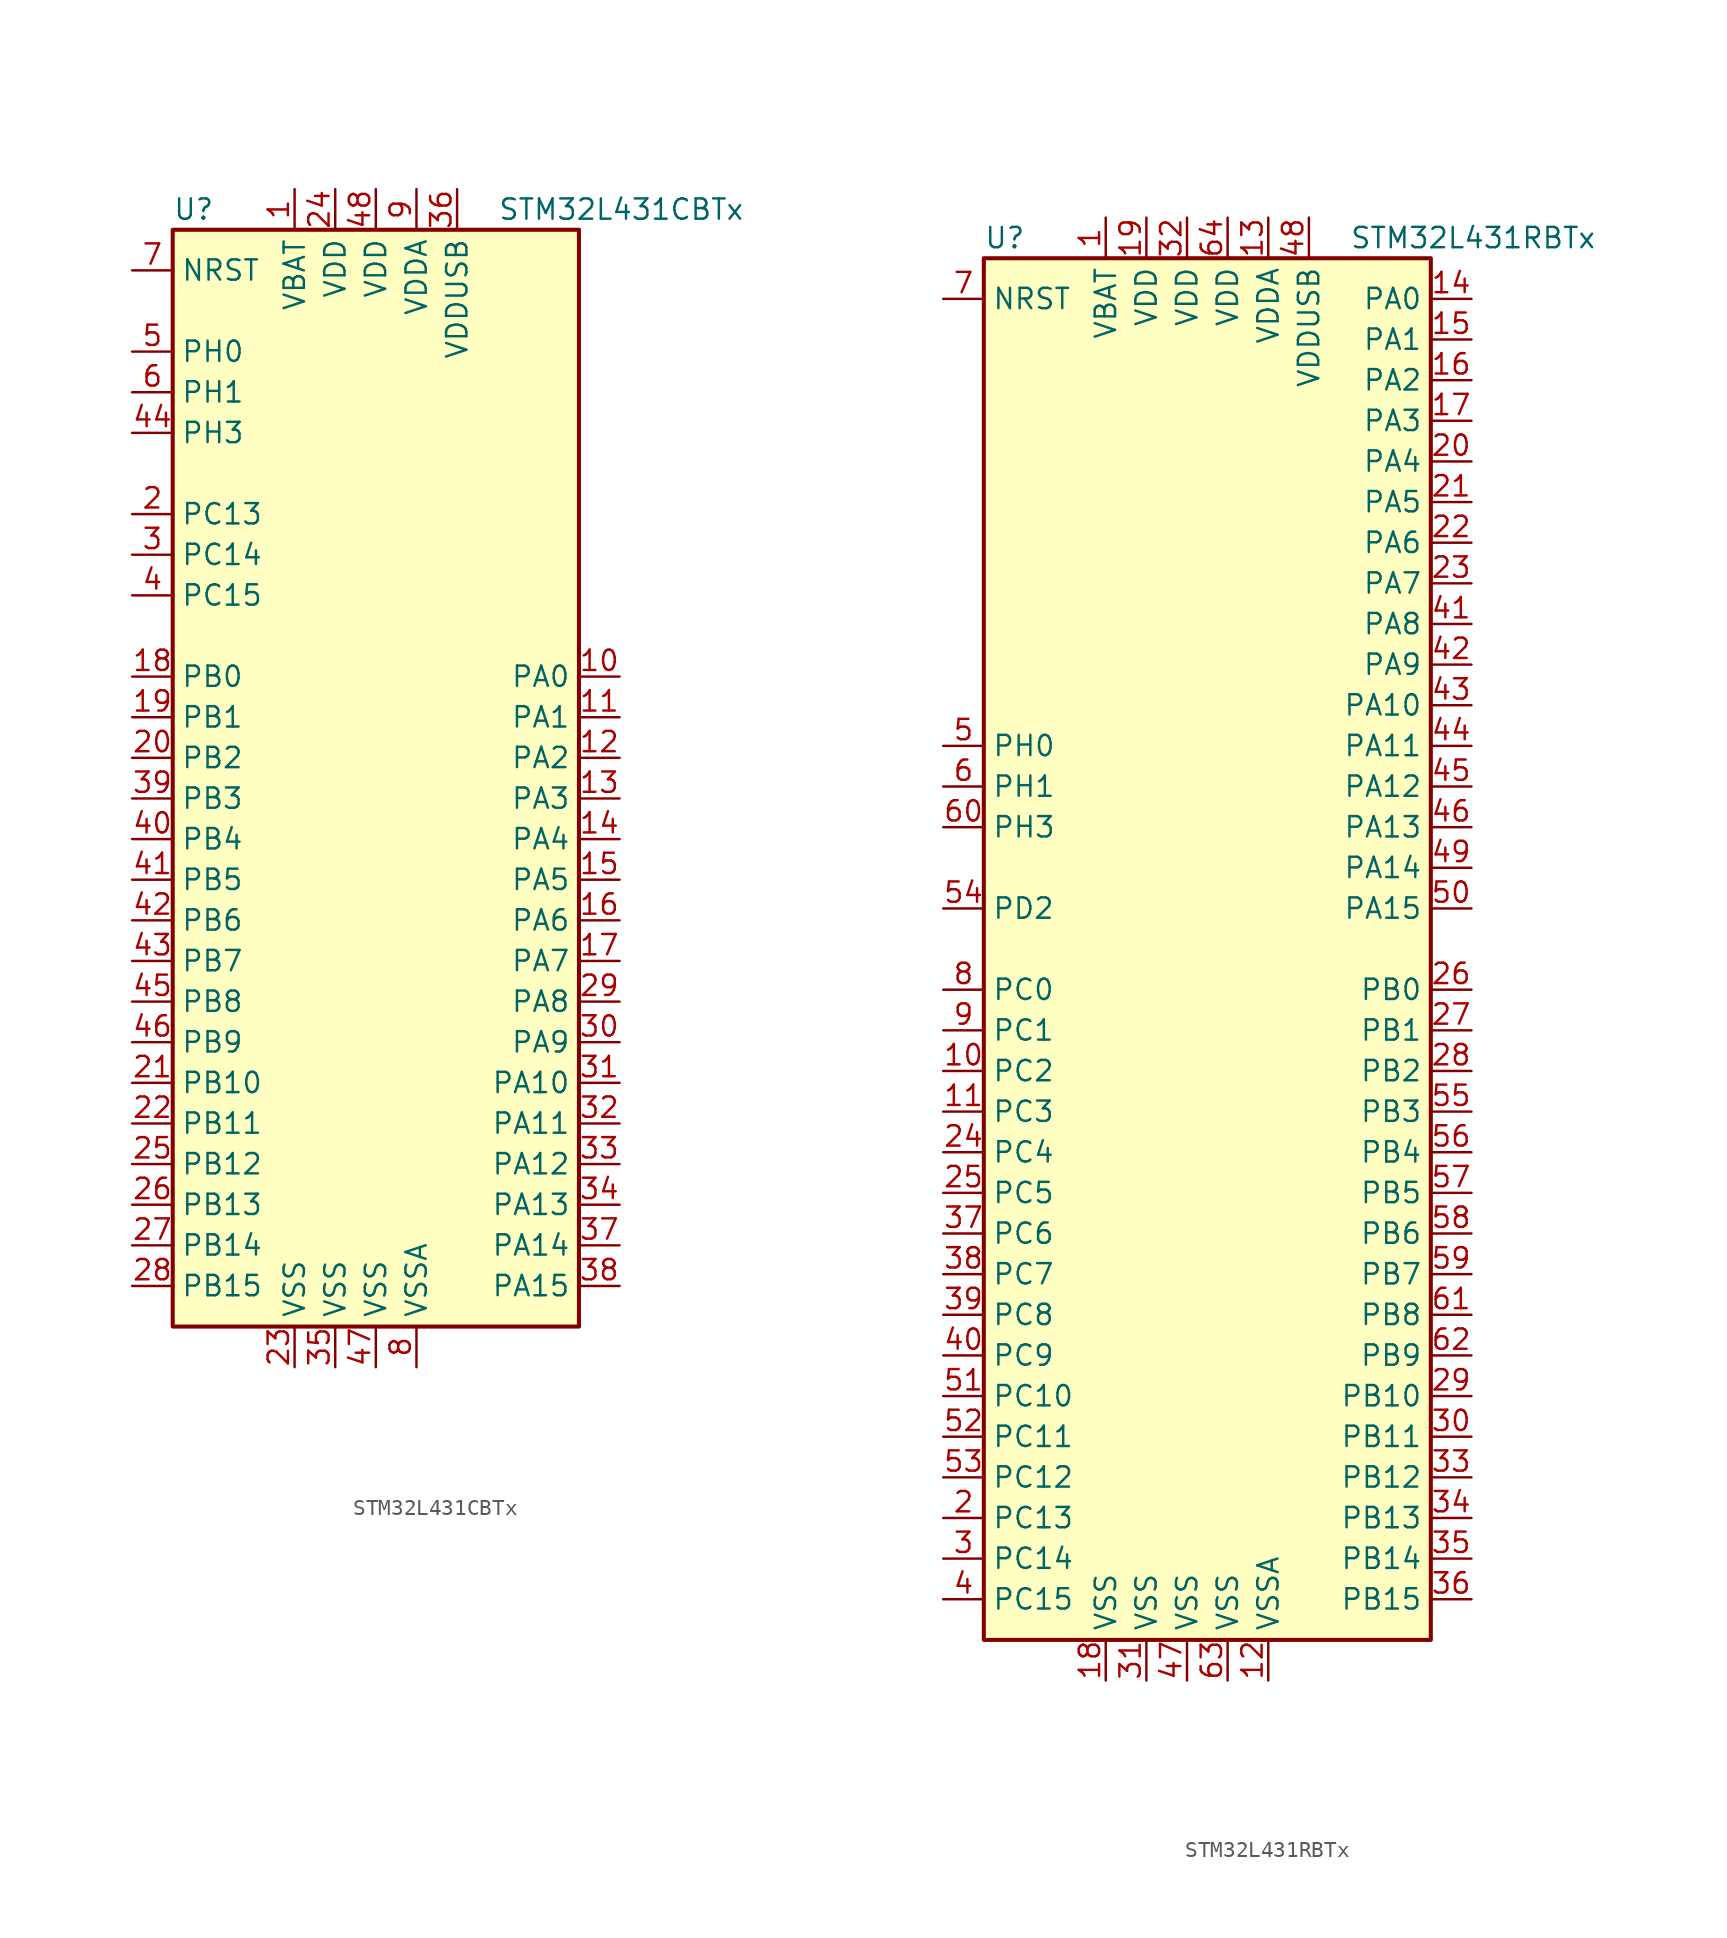
<source format=kicad_sym>
(kicad_symbol_lib
  (version 20201005)
  (generator kicad_symbol_editor)
  (symbol "STM32L431CBTx"
    (property "Reference" "U"
      (at -12.7 34.29 0)
      (effects (font (size 1.27 1.27)) (justify left)))
    (property "Value" "STM32L431CBTx"
      (at 7.62 34.29 0)
      (effects (font (size 1.27 1.27)) (justify left)))
    (symbol "STM32L431CBTx_0_1"
      (rectangle (start -12.7 -35.56) (end 12.7 33.02) (stroke (width 0.254)) (fill (type background))))
    (symbol "STM32L431CBTx_1_1"
      (pin input line (at -15.24 30.48 0) (length 2.54) (name "NRST" (effects (font (size 1.27 1.27)))) (number "7" (effects (font (size 1.27 1.27)))))
      (pin bidirectional line (at 15.24 5.08 180) (length 2.54) (name "PA0" (effects (font (size 1.27 1.27)))) (number "10" (effects (font (size 1.27 1.27)))))
      (pin bidirectional line (at 15.24 2.54 180) (length 2.54) (name "PA1" (effects (font (size 1.27 1.27)))) (number "11" (effects (font (size 1.27 1.27)))))
      (pin bidirectional line (at 15.24 -20.32 180) (length 2.54) (name "PA10" (effects (font (size 1.27 1.27)))) (number "31" (effects (font (size 1.27 1.27)))))
      (pin bidirectional line (at 15.24 -22.86 180) (length 2.54) (name "PA11" (effects (font (size 1.27 1.27)))) (number "32" (effects (font (size 1.27 1.27)))))
      (pin bidirectional line (at 15.24 -25.4 180) (length 2.54) (name "PA12" (effects (font (size 1.27 1.27)))) (number "33" (effects (font (size 1.27 1.27)))))
      (pin bidirectional line (at 15.24 -27.94 180) (length 2.54) (name "PA13" (effects (font (size 1.27 1.27)))) (number "34" (effects (font (size 1.27 1.27)))))
      (pin bidirectional line (at 15.24 -30.48 180) (length 2.54) (name "PA14" (effects (font (size 1.27 1.27)))) (number "37" (effects (font (size 1.27 1.27)))))
      (pin bidirectional line (at 15.24 -33.02 180) (length 2.54) (name "PA15" (effects (font (size 1.27 1.27)))) (number "38" (effects (font (size 1.27 1.27)))))
      (pin bidirectional line (at 15.24 0 180) (length 2.54) (name "PA2" (effects (font (size 1.27 1.27)))) (number "12" (effects (font (size 1.27 1.27)))))
      (pin bidirectional line (at 15.24 -2.54 180) (length 2.54) (name "PA3" (effects (font (size 1.27 1.27)))) (number "13" (effects (font (size 1.27 1.27)))))
      (pin bidirectional line (at 15.24 -5.08 180) (length 2.54) (name "PA4" (effects (font (size 1.27 1.27)))) (number "14" (effects (font (size 1.27 1.27)))))
      (pin bidirectional line (at 15.24 -7.62 180) (length 2.54) (name "PA5" (effects (font (size 1.27 1.27)))) (number "15" (effects (font (size 1.27 1.27)))))
      (pin bidirectional line (at 15.24 -10.16 180) (length 2.54) (name "PA6" (effects (font (size 1.27 1.27)))) (number "16" (effects (font (size 1.27 1.27)))))
      (pin bidirectional line (at 15.24 -12.7 180) (length 2.54) (name "PA7" (effects (font (size 1.27 1.27)))) (number "17" (effects (font (size 1.27 1.27)))))
      (pin bidirectional line (at 15.24 -15.24 180) (length 2.54) (name "PA8" (effects (font (size 1.27 1.27)))) (number "29" (effects (font (size 1.27 1.27)))))
      (pin bidirectional line (at 15.24 -17.78 180) (length 2.54) (name "PA9" (effects (font (size 1.27 1.27)))) (number "30" (effects (font (size 1.27 1.27)))))
      (pin bidirectional line (at -15.24 5.08 0) (length 2.54) (name "PB0" (effects (font (size 1.27 1.27)))) (number "18" (effects (font (size 1.27 1.27)))))
      (pin bidirectional line (at -15.24 2.54 0) (length 2.54) (name "PB1" (effects (font (size 1.27 1.27)))) (number "19" (effects (font (size 1.27 1.27)))))
      (pin bidirectional line (at -15.24 -20.32 0) (length 2.54) (name "PB10" (effects (font (size 1.27 1.27)))) (number "21" (effects (font (size 1.27 1.27)))))
      (pin bidirectional line (at -15.24 -22.86 0) (length 2.54) (name "PB11" (effects (font (size 1.27 1.27)))) (number "22" (effects (font (size 1.27 1.27)))))
      (pin bidirectional line (at -15.24 -25.4 0) (length 2.54) (name "PB12" (effects (font (size 1.27 1.27)))) (number "25" (effects (font (size 1.27 1.27)))))
      (pin bidirectional line (at -15.24 -27.94 0) (length 2.54) (name "PB13" (effects (font (size 1.27 1.27)))) (number "26" (effects (font (size 1.27 1.27)))))
      (pin bidirectional line (at -15.24 -30.48 0) (length 2.54) (name "PB14" (effects (font (size 1.27 1.27)))) (number "27" (effects (font (size 1.27 1.27)))))
      (pin bidirectional line (at -15.24 -33.02 0) (length 2.54) (name "PB15" (effects (font (size 1.27 1.27)))) (number "28" (effects (font (size 1.27 1.27)))))
      (pin bidirectional line (at -15.24 0 0) (length 2.54) (name "PB2" (effects (font (size 1.27 1.27)))) (number "20" (effects (font (size 1.27 1.27)))))
      (pin bidirectional line (at -15.24 -2.54 0) (length 2.54) (name "PB3" (effects (font (size 1.27 1.27)))) (number "39" (effects (font (size 1.27 1.27)))))
      (pin bidirectional line (at -15.24 -5.08 0) (length 2.54) (name "PB4" (effects (font (size 1.27 1.27)))) (number "40" (effects (font (size 1.27 1.27)))))
      (pin bidirectional line (at -15.24 -7.62 0) (length 2.54) (name "PB5" (effects (font (size 1.27 1.27)))) (number "41" (effects (font (size 1.27 1.27)))))
      (pin bidirectional line (at -15.24 -10.16 0) (length 2.54) (name "PB6" (effects (font (size 1.27 1.27)))) (number "42" (effects (font (size 1.27 1.27)))))
      (pin bidirectional line (at -15.24 -12.7 0) (length 2.54) (name "PB7" (effects (font (size 1.27 1.27)))) (number "43" (effects (font (size 1.27 1.27)))))
      (pin bidirectional line (at -15.24 -15.24 0) (length 2.54) (name "PB8" (effects (font (size 1.27 1.27)))) (number "45" (effects (font (size 1.27 1.27)))))
      (pin bidirectional line (at -15.24 -17.78 0) (length 2.54) (name "PB9" (effects (font (size 1.27 1.27)))) (number "46" (effects (font (size 1.27 1.27)))))
      (pin bidirectional line (at -15.24 15.24 0) (length 2.54) (name "PC13" (effects (font (size 1.27 1.27)))) (number "2" (effects (font (size 1.27 1.27)))))
      (pin bidirectional line (at -15.24 12.7 0) (length 2.54) (name "PC14" (effects (font (size 1.27 1.27)))) (number "3" (effects (font (size 1.27 1.27)))))
      (pin bidirectional line (at -15.24 10.16 0) (length 2.54) (name "PC15" (effects (font (size 1.27 1.27)))) (number "4" (effects (font (size 1.27 1.27)))))
      (pin input line (at -15.24 25.4 0) (length 2.54) (name "PH0" (effects (font (size 1.27 1.27)))) (number "5" (effects (font (size 1.27 1.27)))))
      (pin input line (at -15.24 22.86 0) (length 2.54) (name "PH1" (effects (font (size 1.27 1.27)))) (number "6" (effects (font (size 1.27 1.27)))))
      (pin bidirectional line (at -15.24 20.32 0) (length 2.54) (name "PH3" (effects (font (size 1.27 1.27)))) (number "44" (effects (font (size 1.27 1.27)))))
      (pin power_in line (at -5.08 35.56 270) (length 2.54) (name "VBAT" (effects (font (size 1.27 1.27)))) (number "1" (effects (font (size 1.27 1.27)))))
      (pin power_in line (at -2.54 35.56 270) (length 2.54) (name "VDD" (effects (font (size 1.27 1.27)))) (number "24" (effects (font (size 1.27 1.27)))))
      (pin power_in line (at 0 35.56 270) (length 2.54) (name "VDD" (effects (font (size 1.27 1.27)))) (number "48" (effects (font (size 1.27 1.27)))))
      (pin power_in line (at 2.54 35.56 270) (length 2.54) (name "VDDA" (effects (font (size 1.27 1.27)))) (number "9" (effects (font (size 1.27 1.27)))))
      (pin power_in line (at 5.08 35.56 270) (length 2.54) (name "VDDUSB" (effects (font (size 1.27 1.27)))) (number "36" (effects (font (size 1.27 1.27)))))
      (pin power_in line (at -5.08 -38.1 90) (length 2.54) (name "VSS" (effects (font (size 1.27 1.27)))) (number "23" (effects (font (size 1.27 1.27)))))
      (pin power_in line (at -2.54 -38.1 90) (length 2.54) (name "VSS" (effects (font (size 1.27 1.27)))) (number "35" (effects (font (size 1.27 1.27)))))
      (pin power_in line (at 0 -38.1 90) (length 2.54) (name "VSS" (effects (font (size 1.27 1.27)))) (number "47" (effects (font (size 1.27 1.27)))))
      (pin power_in line (at 2.54 -38.1 90) (length 2.54) (name "VSSA" (effects (font (size 1.27 1.27)))) (number "8" (effects (font (size 1.27 1.27)))))))
  (symbol "STM32L431RBTx"
    (property "Reference" "U"
      (at -15.24 44.45 0)
      (effects (font (size 1.27 1.27)) (justify left)))
    (property "Value" "STM32L431RBTx"
      (at 7.62 44.45 0)
      (effects (font (size 1.27 1.27)) (justify left)))
    (symbol "STM32L431RBTx_0_1"
      (rectangle (start -15.24 -43.18) (end 12.7 43.18) (stroke (width 0.254)) (fill (type background))))
    (symbol "STM32L431RBTx_1_1"
      (pin input line (at -17.78 40.64 0) (length 2.54) (name "NRST" (effects (font (size 1.27 1.27)))) (number "7" (effects (font (size 1.27 1.27)))))
      (pin bidirectional line (at 15.24 40.64 180) (length 2.54) (name "PA0" (effects (font (size 1.27 1.27)))) (number "14" (effects (font (size 1.27 1.27)))))
      (pin bidirectional line (at 15.24 38.1 180) (length 2.54) (name "PA1" (effects (font (size 1.27 1.27)))) (number "15" (effects (font (size 1.27 1.27)))))
      (pin bidirectional line (at 15.24 15.24 180) (length 2.54) (name "PA10" (effects (font (size 1.27 1.27)))) (number "43" (effects (font (size 1.27 1.27)))))
      (pin bidirectional line (at 15.24 12.7 180) (length 2.54) (name "PA11" (effects (font (size 1.27 1.27)))) (number "44" (effects (font (size 1.27 1.27)))))
      (pin bidirectional line (at 15.24 10.16 180) (length 2.54) (name "PA12" (effects (font (size 1.27 1.27)))) (number "45" (effects (font (size 1.27 1.27)))))
      (pin bidirectional line (at 15.24 7.62 180) (length 2.54) (name "PA13" (effects (font (size 1.27 1.27)))) (number "46" (effects (font (size 1.27 1.27)))))
      (pin bidirectional line (at 15.24 5.08 180) (length 2.54) (name "PA14" (effects (font (size 1.27 1.27)))) (number "49" (effects (font (size 1.27 1.27)))))
      (pin bidirectional line (at 15.24 2.54 180) (length 2.54) (name "PA15" (effects (font (size 1.27 1.27)))) (number "50" (effects (font (size 1.27 1.27)))))
      (pin bidirectional line (at 15.24 35.56 180) (length 2.54) (name "PA2" (effects (font (size 1.27 1.27)))) (number "16" (effects (font (size 1.27 1.27)))))
      (pin bidirectional line (at 15.24 33.02 180) (length 2.54) (name "PA3" (effects (font (size 1.27 1.27)))) (number "17" (effects (font (size 1.27 1.27)))))
      (pin bidirectional line (at 15.24 30.48 180) (length 2.54) (name "PA4" (effects (font (size 1.27 1.27)))) (number "20" (effects (font (size 1.27 1.27)))))
      (pin bidirectional line (at 15.24 27.94 180) (length 2.54) (name "PA5" (effects (font (size 1.27 1.27)))) (number "21" (effects (font (size 1.27 1.27)))))
      (pin bidirectional line (at 15.24 25.4 180) (length 2.54) (name "PA6" (effects (font (size 1.27 1.27)))) (number "22" (effects (font (size 1.27 1.27)))))
      (pin bidirectional line (at 15.24 22.86 180) (length 2.54) (name "PA7" (effects (font (size 1.27 1.27)))) (number "23" (effects (font (size 1.27 1.27)))))
      (pin bidirectional line (at 15.24 20.32 180) (length 2.54) (name "PA8" (effects (font (size 1.27 1.27)))) (number "41" (effects (font (size 1.27 1.27)))))
      (pin bidirectional line (at 15.24 17.78 180) (length 2.54) (name "PA9" (effects (font (size 1.27 1.27)))) (number "42" (effects (font (size 1.27 1.27)))))
      (pin bidirectional line (at 15.24 -2.54 180) (length 2.54) (name "PB0" (effects (font (size 1.27 1.27)))) (number "26" (effects (font (size 1.27 1.27)))))
      (pin bidirectional line (at 15.24 -5.08 180) (length 2.54) (name "PB1" (effects (font (size 1.27 1.27)))) (number "27" (effects (font (size 1.27 1.27)))))
      (pin bidirectional line (at 15.24 -27.94 180) (length 2.54) (name "PB10" (effects (font (size 1.27 1.27)))) (number "29" (effects (font (size 1.27 1.27)))))
      (pin bidirectional line (at 15.24 -30.48 180) (length 2.54) (name "PB11" (effects (font (size 1.27 1.27)))) (number "30" (effects (font (size 1.27 1.27)))))
      (pin bidirectional line (at 15.24 -33.02 180) (length 2.54) (name "PB12" (effects (font (size 1.27 1.27)))) (number "33" (effects (font (size 1.27 1.27)))))
      (pin bidirectional line (at 15.24 -35.56 180) (length 2.54) (name "PB13" (effects (font (size 1.27 1.27)))) (number "34" (effects (font (size 1.27 1.27)))))
      (pin bidirectional line (at 15.24 -38.1 180) (length 2.54) (name "PB14" (effects (font (size 1.27 1.27)))) (number "35" (effects (font (size 1.27 1.27)))))
      (pin bidirectional line (at 15.24 -40.64 180) (length 2.54) (name "PB15" (effects (font (size 1.27 1.27)))) (number "36" (effects (font (size 1.27 1.27)))))
      (pin bidirectional line (at 15.24 -7.62 180) (length 2.54) (name "PB2" (effects (font (size 1.27 1.27)))) (number "28" (effects (font (size 1.27 1.27)))))
      (pin bidirectional line (at 15.24 -10.16 180) (length 2.54) (name "PB3" (effects (font (size 1.27 1.27)))) (number "55" (effects (font (size 1.27 1.27)))))
      (pin bidirectional line (at 15.24 -12.7 180) (length 2.54) (name "PB4" (effects (font (size 1.27 1.27)))) (number "56" (effects (font (size 1.27 1.27)))))
      (pin bidirectional line (at 15.24 -15.24 180) (length 2.54) (name "PB5" (effects (font (size 1.27 1.27)))) (number "57" (effects (font (size 1.27 1.27)))))
      (pin bidirectional line (at 15.24 -17.78 180) (length 2.54) (name "PB6" (effects (font (size 1.27 1.27)))) (number "58" (effects (font (size 1.27 1.27)))))
      (pin bidirectional line (at 15.24 -20.32 180) (length 2.54) (name "PB7" (effects (font (size 1.27 1.27)))) (number "59" (effects (font (size 1.27 1.27)))))
      (pin bidirectional line (at 15.24 -22.86 180) (length 2.54) (name "PB8" (effects (font (size 1.27 1.27)))) (number "61" (effects (font (size 1.27 1.27)))))
      (pin bidirectional line (at 15.24 -25.4 180) (length 2.54) (name "PB9" (effects (font (size 1.27 1.27)))) (number "62" (effects (font (size 1.27 1.27)))))
      (pin bidirectional line (at -17.78 -2.54 0) (length 2.54) (name "PC0" (effects (font (size 1.27 1.27)))) (number "8" (effects (font (size 1.27 1.27)))))
      (pin bidirectional line (at -17.78 -5.08 0) (length 2.54) (name "PC1" (effects (font (size 1.27 1.27)))) (number "9" (effects (font (size 1.27 1.27)))))
      (pin bidirectional line (at -17.78 -27.94 0) (length 2.54) (name "PC10" (effects (font (size 1.27 1.27)))) (number "51" (effects (font (size 1.27 1.27)))))
      (pin bidirectional line (at -17.78 -30.48 0) (length 2.54) (name "PC11" (effects (font (size 1.27 1.27)))) (number "52" (effects (font (size 1.27 1.27)))))
      (pin bidirectional line (at -17.78 -33.02 0) (length 2.54) (name "PC12" (effects (font (size 1.27 1.27)))) (number "53" (effects (font (size 1.27 1.27)))))
      (pin bidirectional line (at -17.78 -35.56 0) (length 2.54) (name "PC13" (effects (font (size 1.27 1.27)))) (number "2" (effects (font (size 1.27 1.27)))))
      (pin bidirectional line (at -17.78 -38.1 0) (length 2.54) (name "PC14" (effects (font (size 1.27 1.27)))) (number "3" (effects (font (size 1.27 1.27)))))
      (pin bidirectional line (at -17.78 -40.64 0) (length 2.54) (name "PC15" (effects (font (size 1.27 1.27)))) (number "4" (effects (font (size 1.27 1.27)))))
      (pin bidirectional line (at -17.78 -7.62 0) (length 2.54) (name "PC2" (effects (font (size 1.27 1.27)))) (number "10" (effects (font (size 1.27 1.27)))))
      (pin bidirectional line (at -17.78 -10.16 0) (length 2.54) (name "PC3" (effects (font (size 1.27 1.27)))) (number "11" (effects (font (size 1.27 1.27)))))
      (pin bidirectional line (at -17.78 -12.7 0) (length 2.54) (name "PC4" (effects (font (size 1.27 1.27)))) (number "24" (effects (font (size 1.27 1.27)))))
      (pin bidirectional line (at -17.78 -15.24 0) (length 2.54) (name "PC5" (effects (font (size 1.27 1.27)))) (number "25" (effects (font (size 1.27 1.27)))))
      (pin bidirectional line (at -17.78 -17.78 0) (length 2.54) (name "PC6" (effects (font (size 1.27 1.27)))) (number "37" (effects (font (size 1.27 1.27)))))
      (pin bidirectional line (at -17.78 -20.32 0) (length 2.54) (name "PC7" (effects (font (size 1.27 1.27)))) (number "38" (effects (font (size 1.27 1.27)))))
      (pin bidirectional line (at -17.78 -22.86 0) (length 2.54) (name "PC8" (effects (font (size 1.27 1.27)))) (number "39" (effects (font (size 1.27 1.27)))))
      (pin bidirectional line (at -17.78 -25.4 0) (length 2.54) (name "PC9" (effects (font (size 1.27 1.27)))) (number "40" (effects (font (size 1.27 1.27)))))
      (pin bidirectional line (at -17.78 2.54 0) (length 2.54) (name "PD2" (effects (font (size 1.27 1.27)))) (number "54" (effects (font (size 1.27 1.27)))))
      (pin input line (at -17.78 12.7 0) (length 2.54) (name "PH0" (effects (font (size 1.27 1.27)))) (number "5" (effects (font (size 1.27 1.27)))))
      (pin input line (at -17.78 10.16 0) (length 2.54) (name "PH1" (effects (font (size 1.27 1.27)))) (number "6" (effects (font (size 1.27 1.27)))))
      (pin bidirectional line (at -17.78 7.62 0) (length 2.54) (name "PH3" (effects (font (size 1.27 1.27)))) (number "60" (effects (font (size 1.27 1.27)))))
      (pin power_in line (at -7.62 45.72 270) (length 2.54) (name "VBAT" (effects (font (size 1.27 1.27)))) (number "1" (effects (font (size 1.27 1.27)))))
      (pin power_in line (at -5.08 45.72 270) (length 2.54) (name "VDD" (effects (font (size 1.27 1.27)))) (number "19" (effects (font (size 1.27 1.27)))))
      (pin power_in line (at -2.54 45.72 270) (length 2.54) (name "VDD" (effects (font (size 1.27 1.27)))) (number "32" (effects (font (size 1.27 1.27)))))
      (pin power_in line (at 0 45.72 270) (length 2.54) (name "VDD" (effects (font (size 1.27 1.27)))) (number "64" (effects (font (size 1.27 1.27)))))
      (pin power_in line (at 2.54 45.72 270) (length 2.54) (name "VDDA" (effects (font (size 1.27 1.27)))) (number "13" (effects (font (size 1.27 1.27)))))
      (pin power_in line (at 5.08 45.72 270) (length 2.54) (name "VDDUSB" (effects (font (size 1.27 1.27)))) (number "48" (effects (font (size 1.27 1.27)))))
      (pin power_in line (at -7.62 -45.72 90) (length 2.54) (name "VSS" (effects (font (size 1.27 1.27)))) (number "18" (effects (font (size 1.27 1.27)))))
      (pin power_in line (at -5.08 -45.72 90) (length 2.54) (name "VSS" (effects (font (size 1.27 1.27)))) (number "31" (effects (font (size 1.27 1.27)))))
      (pin power_in line (at -2.54 -45.72 90) (length 2.54) (name "VSS" (effects (font (size 1.27 1.27)))) (number "47" (effects (font (size 1.27 1.27)))))
      (pin power_in line (at 0 -45.72 90) (length 2.54) (name "VSS" (effects (font (size 1.27 1.27)))) (number "63" (effects (font (size 1.27 1.27)))))
      (pin power_in line (at 2.54 -45.72 90) (length 2.54) (name "VSSA" (effects (font (size 1.27 1.27)))) (number "12" (effects (font (size 1.27 1.27))))))))
</source>
